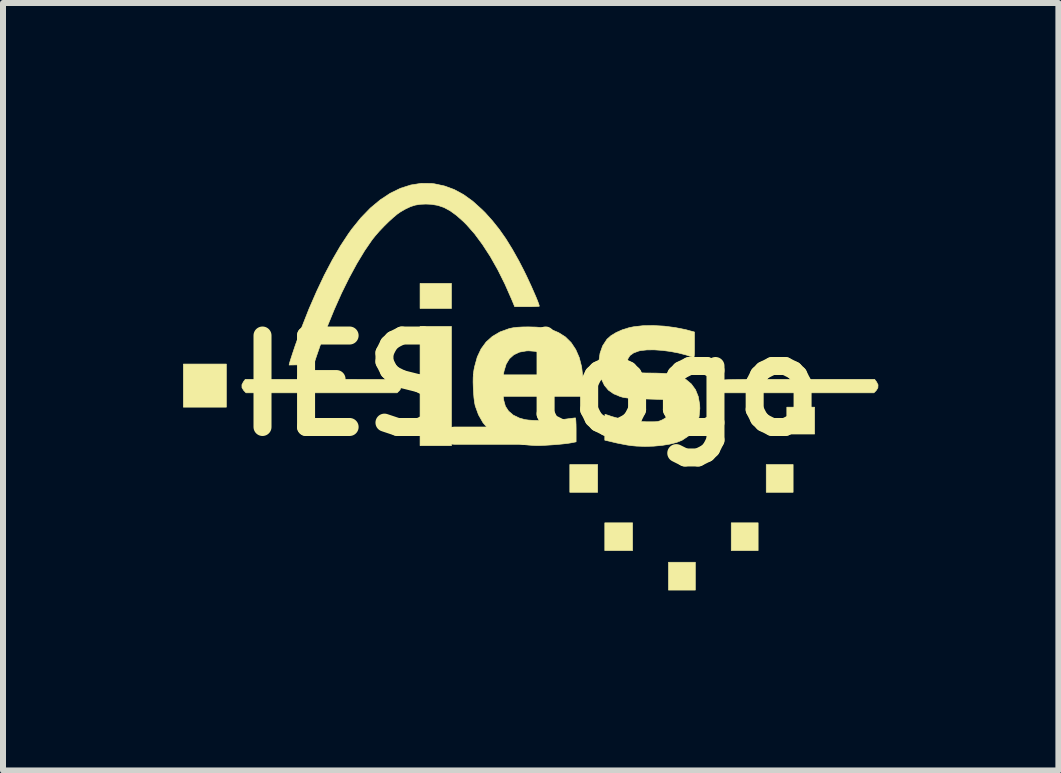
<source format=kicad_pcb>
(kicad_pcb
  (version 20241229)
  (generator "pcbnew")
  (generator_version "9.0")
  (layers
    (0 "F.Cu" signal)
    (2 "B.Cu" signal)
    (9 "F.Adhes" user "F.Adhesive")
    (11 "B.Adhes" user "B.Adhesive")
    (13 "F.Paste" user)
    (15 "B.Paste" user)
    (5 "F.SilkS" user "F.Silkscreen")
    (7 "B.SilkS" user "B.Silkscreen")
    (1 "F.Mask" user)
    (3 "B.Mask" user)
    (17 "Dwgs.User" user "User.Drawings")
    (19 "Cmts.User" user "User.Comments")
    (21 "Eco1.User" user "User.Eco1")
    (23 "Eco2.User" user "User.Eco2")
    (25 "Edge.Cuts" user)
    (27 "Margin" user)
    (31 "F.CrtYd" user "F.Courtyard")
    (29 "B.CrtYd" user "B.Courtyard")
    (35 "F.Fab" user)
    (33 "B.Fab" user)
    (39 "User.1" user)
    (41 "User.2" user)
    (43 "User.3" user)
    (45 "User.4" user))
  (footprint "IES_logo"
    (layer "F.Cu")
    (at 5.787 3.375)
    (property "Reference" "IES_logo" (at 0 0 0) (layer "F.SilkS") (effects (font (size 1.524 1.524) (thickness 0.3))))
    (attr through_hole)
    (fp_poly (pts (xy -5.065 0.359) (xy -5.782 0.359) (xy -5.782 -0.359) (xy -5.065 -0.359) (xy -5.065 0.359)) (stroke (width 0.01) (type solid)) (fill yes) (layer "F.SilkS"))
    (fp_poly (pts (xy -1.315 -1.285) (xy -1.838 -1.285) (xy -1.838 -1.703) (xy -1.315 -1.703) (xy -1.315 -1.285)) (stroke (width 0.01) (type solid)) (fill yes) (layer "F.SilkS"))
    (fp_poly (pts (xy -1.315 1.001) (xy -1.838 1.001) (xy -1.838 -0.986) (xy -1.315 -0.986) (xy -1.315 1.001)) (stroke (width 0.01) (type solid)) (fill yes) (layer "F.SilkS"))
    (fp_poly (pts (xy 1.121 1.778) (xy 0.657 1.778) (xy 0.657 1.315) (xy 1.121 1.315) (xy 1.121 1.778)) (stroke (width 0.01) (type solid)) (fill yes) (layer "F.SilkS"))
    (fp_poly (pts (xy 1.703 2.749) (xy 1.24 2.749) (xy 1.24 2.286) (xy 1.703 2.286) (xy 1.703 2.749)) (stroke (width 0.01) (type solid)) (fill yes) (layer "F.SilkS"))
    (fp_poly (pts (xy 2.749 3.407) (xy 2.301 3.407) (xy 2.301 2.943) (xy 2.749 2.943) (xy 2.749 3.407)) (stroke (width 0.01) (type solid)) (fill yes) (layer "F.SilkS"))
    (fp_poly (pts (xy 3.795 2.749) (xy 3.347 2.749) (xy 3.347 2.286) (xy 3.795 2.286) (xy 3.795 2.749)) (stroke (width 0.01) (type solid)) (fill yes) (layer "F.SilkS"))
    (fp_poly (pts (xy 4.378 1.778) (xy 3.93 1.778) (xy 3.93 1.315) (xy 4.378 1.315) (xy 4.378 1.778)) (stroke (width 0.01) (type solid)) (fill yes) (layer "F.SilkS"))
    (fp_poly (pts (xy 4.736 0.807) (xy 4.273 0.807) (xy 4.273 0.359) (xy 4.736 0.359) (xy 4.736 0.807)) (stroke (width 0.01) (type solid)) (fill yes) (layer "F.SilkS"))
    (fp_poly (pts (xy -3.256 -0.105) (xy -3.06 -0.105) (xy -2.89 -0.104) (xy -2.745 -0.104) (xy -2.621 -0.104) (xy -2.518 -0.103) (xy -2.433 -0.102) (xy -2.364 -0.1) (xy -2.31 -0.099) (xy -2.269 -0.097) (xy -2.239 -0.094) (xy -2.217 -0.091) (xy -2.202 -0.087) (xy -2.192 -0.083) (xy -2.185 -0.079) (xy -2.181 -0.075) (xy -2.156 -0.03) (xy -2.153 0.022) (xy -2.172 0.071) (xy -2.186 0.087) (xy -2.221 0.12) (xy -4.738 0.12) (xy -4.774 0.083) (xy -4.805 0.035) (xy -4.806 -0.015) (xy -4.78 -0.065) (xy -4.749 -0.105) (xy -3.48 -0.105) (xy -3.256 -0.105)) (stroke (width 0.01) (type solid)) (fill yes) (layer "F.SilkS"))
    (fp_poly (pts (xy 5.766 -0.065) (xy 5.793 -0.013) (xy 5.79 0.038) (xy 5.761 0.083) (xy 5.724 0.12) (xy 3.203 0.12) (xy 3.17 0.085) (xy 3.144 0.038) (xy 3.139 -0.015) (xy 3.157 -0.063) (xy 3.168 -0.075) (xy 3.173 -0.08) (xy 3.181 -0.085) (xy 3.192 -0.089) (xy 3.209 -0.092) (xy 3.233 -0.095) (xy 3.266 -0.097) (xy 3.311 -0.099) (xy 3.369 -0.101) (xy 3.442 -0.102) (xy 3.532 -0.103) (xy 3.641 -0.104) (xy 3.771 -0.104) (xy 3.924 -0.104) (xy 4.101 -0.105) (xy 4.305 -0.105) (xy 4.466 -0.105) (xy 5.735 -0.105) (xy 5.766 -0.065)) (stroke (width 0.01) (type solid)) (fill yes) (layer "F.SilkS"))
    (fp_poly (pts (xy -1.646 -3.368) (xy -1.597 -3.362) (xy -1.43 -3.326) (xy -1.269 -3.267) (xy -1.114 -3.183) (xy -0.961 -3.073) (xy -0.808 -2.935) (xy -0.754 -2.882) (xy -0.633 -2.747) (xy -0.518 -2.603) (xy -0.408 -2.446) (xy -0.3 -2.271) (xy -0.19 -2.075) (xy -0.106 -1.912) (xy -0.065 -1.828) (xy -0.023 -1.738) (xy 0.019 -1.647) (xy 0.058 -1.558) (xy 0.093 -1.478) (xy 0.121 -1.409) (xy 0.14 -1.357) (xy 0.149 -1.327) (xy 0.149 -1.323) (xy 0.135 -1.32) (xy 0.097 -1.318) (xy 0.039 -1.316) (xy -0.032 -1.315) (xy -0.056 -1.315) (xy -0.261 -1.315) (xy -0.312 -1.438) (xy -0.424 -1.692) (xy -0.543 -1.931) (xy -0.668 -2.152) (xy -0.798 -2.352) (xy -0.929 -2.529) (xy -1.062 -2.68) (xy -1.117 -2.735) (xy -1.231 -2.836) (xy -1.337 -2.913) (xy -1.439 -2.968) (xy -1.542 -3.003) (xy -1.651 -3.021) (xy -1.741 -3.025) (xy -1.834 -3.021) (xy -1.915 -3.008) (xy -1.995 -2.983) (xy -2.08 -2.943) (xy -2.162 -2.896) (xy -2.217 -2.858) (xy -2.285 -2.801) (xy -2.361 -2.732) (xy -2.44 -2.654) (xy -2.517 -2.573) (xy -2.585 -2.495) (xy -2.636 -2.431) (xy -2.763 -2.246) (xy -2.891 -2.034) (xy -3.019 -1.798) (xy -3.146 -1.541) (xy -3.269 -1.265) (xy -3.388 -0.974) (xy -3.502 -0.67) (xy -3.563 -0.493) (xy -3.611 -0.351) (xy -3.815 -0.347) (xy -4.02 -0.343) (xy -4.01 -0.384) (xy -4.002 -0.412) (xy -3.986 -0.462) (xy -3.964 -0.53) (xy -3.938 -0.608) (xy -3.919 -0.665) (xy -3.807 -0.977) (xy -3.688 -1.279) (xy -3.562 -1.568) (xy -3.433 -1.841) (xy -3.3 -2.094) (xy -3.166 -2.325) (xy -3.031 -2.53) (xy -2.976 -2.607) (xy -2.824 -2.795) (xy -2.666 -2.958) (xy -2.503 -3.094) (xy -2.335 -3.205) (xy -2.164 -3.288) (xy -1.992 -3.343) (xy -1.819 -3.37) (xy -1.646 -3.368)) (stroke (width 0.01) (type solid)) (fill yes) (layer "F.SilkS"))
    (fp_poly (pts (xy 0.094 -0.975) (xy 0.196 -0.967) (xy 0.284 -0.952) (xy 0.366 -0.927) (xy 0.449 -0.892) (xy 0.472 -0.882) (xy 0.584 -0.811) (xy 0.679 -0.717) (xy 0.756 -0.601) (xy 0.815 -0.466) (xy 0.854 -0.313) (xy 0.874 -0.144) (xy 0.872 0.038) (xy 0.871 0.049) (xy 0.862 0.179) (xy -0.452 0.179) (xy -0.443 0.247) (xy -0.416 0.344) (xy -0.363 0.425) (xy -0.286 0.491) (xy -0.185 0.54) (xy -0.093 0.566) (xy -0.032 0.574) (xy 0.051 0.58) (xy 0.15 0.582) (xy 0.258 0.581) (xy 0.368 0.577) (xy 0.473 0.571) (xy 0.566 0.561) (xy 0.575 0.56) (xy 0.642 0.551) (xy 0.698 0.544) (xy 0.737 0.539) (xy 0.751 0.538) (xy 0.755 0.552) (xy 0.758 0.59) (xy 0.761 0.648) (xy 0.762 0.719) (xy 0.762 0.738) (xy 0.762 0.937) (xy 0.676 0.954) (xy 0.619 0.963) (xy 0.54 0.972) (xy 0.448 0.981) (xy 0.351 0.988) (xy 0.256 0.994) (xy 0.173 0.998) (xy 0.109 0.999) (xy 0.105 0.999) (xy 0.044 0.996) (xy -0.028 0.991) (xy -0.082 0.986) (xy -0.265 0.955) (xy -0.428 0.902) (xy -0.569 0.829) (xy -0.689 0.735) (xy -0.788 0.62) (xy -0.865 0.485) (xy -0.919 0.336) (xy -0.93 0.28) (xy -0.94 0.203) (xy -0.947 0.111) (xy -0.951 0.037) (xy -0.954 -0.058) (xy -0.953 -0.134) (xy -0.95 -0.179) (xy -0.45 -0.179) (xy 0.374 -0.179) (xy 0.374 -0.234) (xy 0.36 -0.333) (xy 0.322 -0.419) (xy 0.262 -0.488) (xy 0.182 -0.539) (xy 0.084 -0.571) (xy -0.03 -0.58) (xy -0.068 -0.578) (xy -0.181 -0.558) (xy -0.275 -0.514) (xy -0.349 -0.448) (xy -0.403 -0.359) (xy -0.437 -0.248) (xy -0.44 -0.235) (xy -0.45 -0.179) (xy -0.95 -0.179) (xy -0.949 -0.198) (xy -0.94 -0.262) (xy -0.929 -0.317) (xy -0.885 -0.476) (xy -0.821 -0.612) (xy -0.737 -0.727) (xy -0.633 -0.82) (xy -0.507 -0.894) (xy -0.358 -0.948) (xy -0.344 -0.952) (xy -0.285 -0.964) (xy -0.215 -0.972) (xy -0.127 -0.977) (xy -0.03 -0.978) (xy 0.094 -0.975)) (stroke (width 0.01) (type solid)) (fill yes) (layer "F.SilkS"))
    (fp_poly (pts (xy 2.23 -0.991) (xy 2.414 -0.967) (xy 2.59 -0.932) (xy 2.648 -0.916) (xy 2.734 -0.893) (xy 2.734 -0.676) (xy 2.734 -0.592) (xy 2.733 -0.533) (xy 2.73 -0.496) (xy 2.726 -0.476) (xy 2.719 -0.469) (xy 2.709 -0.47) (xy 2.708 -0.471) (xy 2.597 -0.51) (xy 2.47 -0.543) (xy 2.334 -0.569) (xy 2.196 -0.587) (xy 2.064 -0.596) (xy 1.942 -0.595) (xy 1.839 -0.584) (xy 1.808 -0.577) (xy 1.721 -0.545) (xy 1.659 -0.501) (xy 1.624 -0.445) (xy 1.616 -0.379) (xy 1.634 -0.308) (xy 1.652 -0.275) (xy 1.676 -0.25) (xy 1.711 -0.232) (xy 1.761 -0.22) (xy 1.829 -0.213) (xy 1.92 -0.21) (xy 2.004 -0.209) (xy 2.096 -0.208) (xy 2.185 -0.205) (xy 2.264 -0.201) (xy 2.325 -0.196) (xy 2.346 -0.193) (xy 2.479 -0.159) (xy 2.591 -0.103) (xy 2.682 -0.027) (xy 2.752 0.069) (xy 2.798 0.184) (xy 2.821 0.317) (xy 2.824 0.381) (xy 2.811 0.519) (xy 2.774 0.643) (xy 2.714 0.751) (xy 2.631 0.841) (xy 2.528 0.91) (xy 2.525 0.911) (xy 2.436 0.947) (xy 2.324 0.975) (xy 2.195 0.996) (xy 2.055 1.009) (xy 1.91 1.013) (xy 1.767 1.008) (xy 1.681 1) (xy 1.613 0.99) (xy 1.529 0.974) (xy 1.443 0.957) (xy 1.401 0.947) (xy 1.24 0.909) (xy 1.24 0.693) (xy 1.24 0.617) (xy 1.241 0.553) (xy 1.242 0.505) (xy 1.243 0.481) (xy 1.244 0.478) (xy 1.259 0.483) (xy 1.295 0.494) (xy 1.344 0.511) (xy 1.352 0.514) (xy 1.49 0.552) (xy 1.647 0.58) (xy 1.814 0.598) (xy 1.942 0.603) (xy 2.022 0.603) (xy 2.079 0.602) (xy 2.121 0.598) (xy 2.154 0.589) (xy 2.186 0.576) (xy 2.204 0.568) (xy 2.254 0.538) (xy 2.284 0.506) (xy 2.299 0.475) (xy 2.312 0.401) (xy 2.298 0.328) (xy 2.264 0.273) (xy 2.229 0.232) (xy 1.91 0.222) (xy 1.796 0.218) (xy 1.707 0.214) (xy 1.638 0.209) (xy 1.584 0.202) (xy 1.539 0.194) (xy 1.501 0.183) (xy 1.497 0.182) (xy 1.387 0.136) (xy 1.3 0.075) (xy 1.234 -0.004) (xy 1.186 -0.104) (xy 1.155 -0.227) (xy 1.149 -0.262) (xy 1.142 -0.406) (xy 1.161 -0.54) (xy 1.204 -0.662) (xy 1.273 -0.768) (xy 1.279 -0.775) (xy 1.343 -0.832) (xy 1.429 -0.884) (xy 1.532 -0.93) (xy 1.645 -0.965) (xy 1.718 -0.98) (xy 1.874 -0.998) (xy 2.047 -1.001) (xy 2.23 -0.991)) (stroke (width 0.01) (type solid)) (fill yes) (layer "F.SilkS")))
  (gr_rect
    (start -3 -3)
    (end 14.585 9.787)
    (stroke (width 0.1) (type default))
    (fill no)
    (layer "Edge.Cuts")))
</source>
